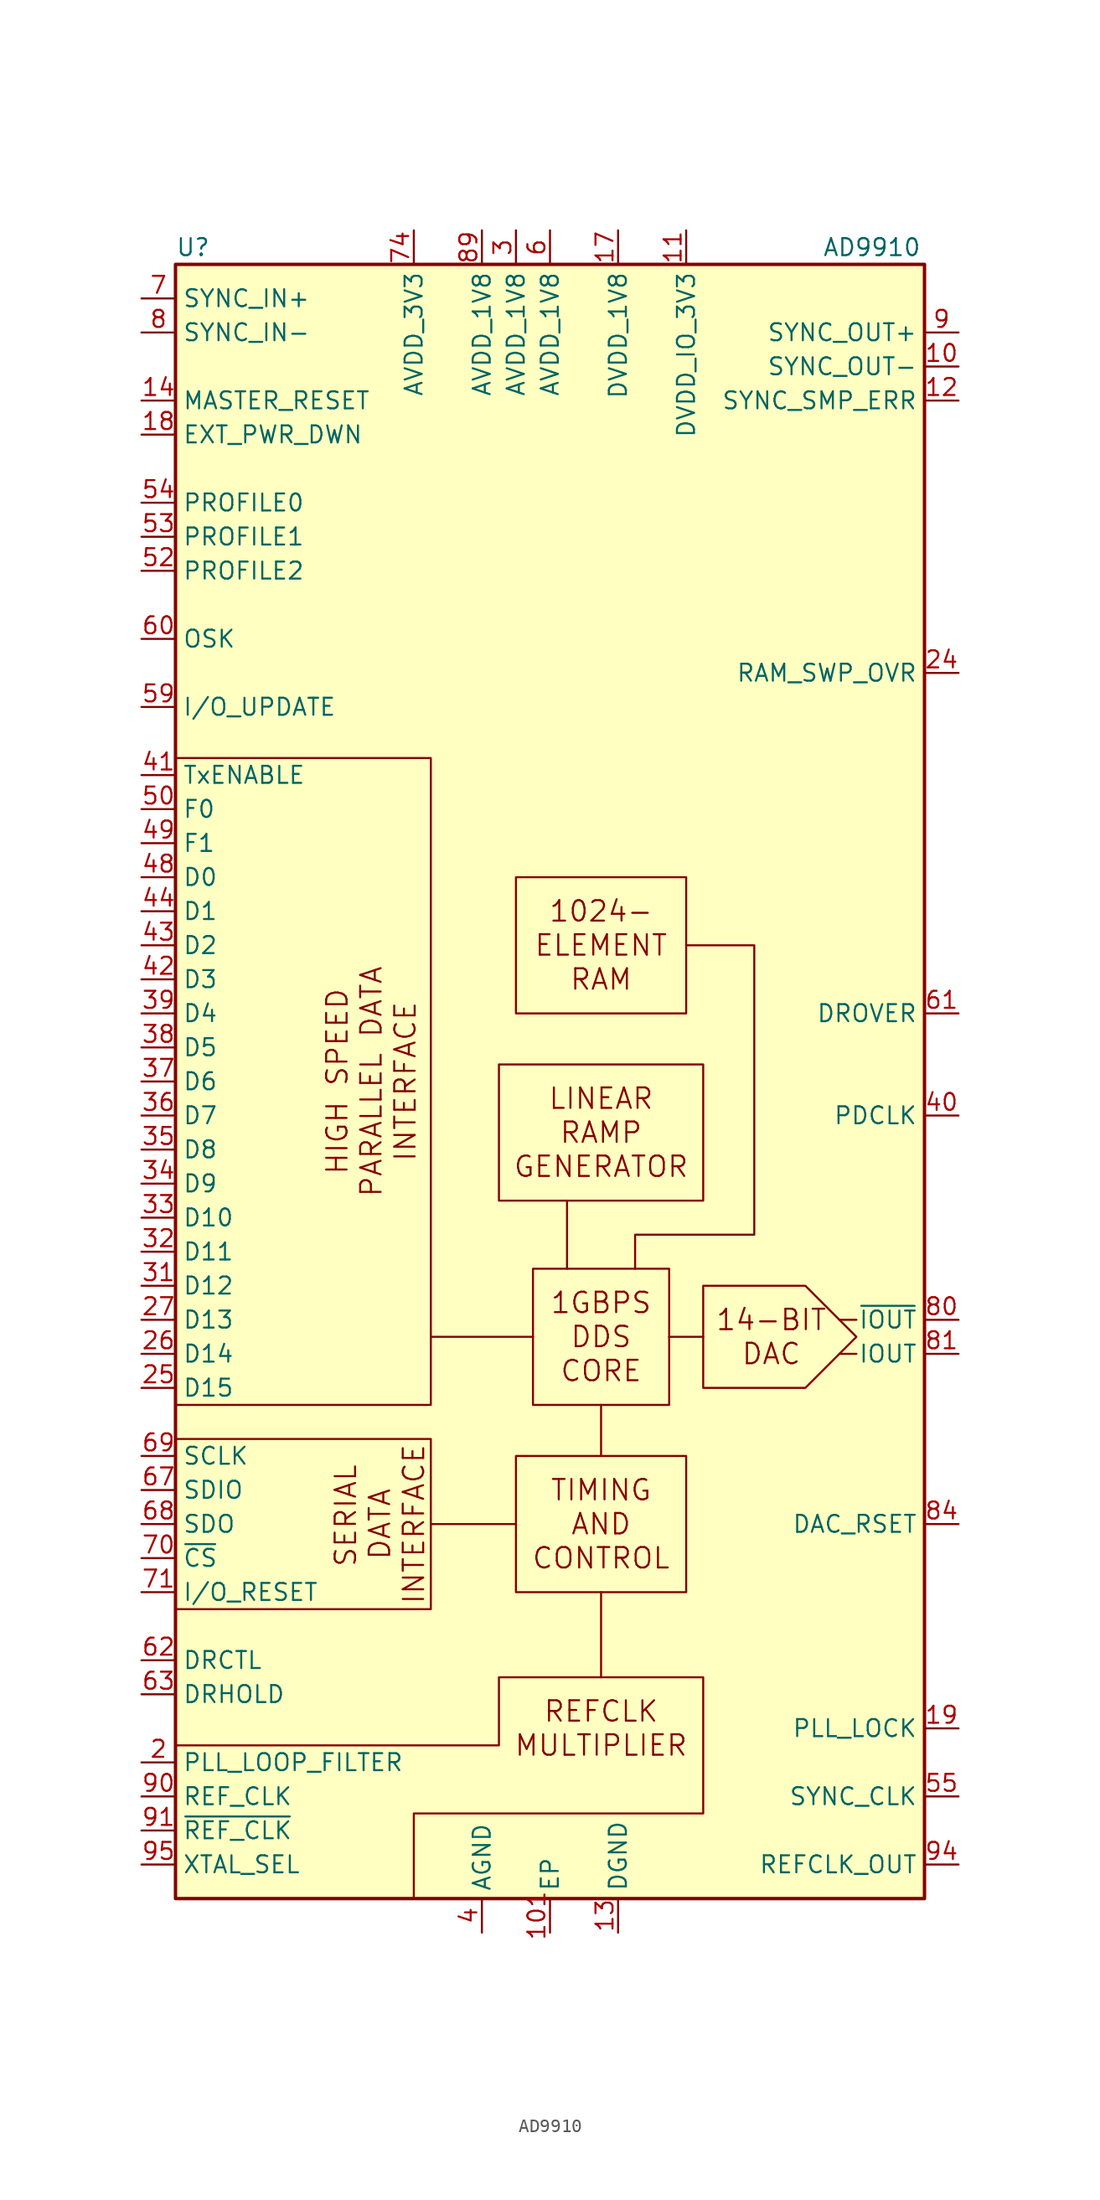
<source format=kicad_sym>
(kicad_symbol_lib
  (version 20241209)
  (generator "kicad_symbol_editor")
  (generator_version "9.0")
  (symbol "AD9910"
    (property "Reference" "U"
      (at -27.94 62.23 0)
      (effects (font (size 1.27 1.27)) (justify left)))
    (property "Value" "AD9910"
      (at 20.32 62.23 0)
      (effects (font (size 1.27 1.27)) (justify left)))
    (symbol "AD9910_0_0"
      (polyline (pts (xy -27.94 24.13) (xy -8.89 24.13) (xy -8.89 -24.13) (xy -27.94 -24.13)) (stroke (width 0) (type default)) (fill (type none)))
      (polyline (pts (xy -27.94 -26.67) (xy -8.89 -26.67) (xy -8.89 -39.37) (xy -27.94 -39.37)) (stroke (width 0) (type default)) (fill (type none)))
      (polyline (pts (xy -10.16 -60.96) (xy -10.16 -54.61) (xy 11.43 -54.61) (xy 11.43 -44.45) (xy -3.81 -44.45) (xy -3.81 -49.53) (xy -27.94 -49.53)) (stroke (width 0) (type default)) (fill (type none)))
      (rectangle (start -2.54 15.24) (end 10.16 5.08) (stroke (width 0) (type default)) (fill (type none)))
      (rectangle (start -2.54 -27.94) (end 10.16 -38.1) (stroke (width 0) (type default)) (fill (type none)))
      (polyline (pts (xy -2.54 -33.02) (xy -8.89 -33.02)) (stroke (width 0) (type default)) (fill (type none)))
      (polyline (pts (xy -1.27 -19.05) (xy -8.89 -19.05)) (stroke (width 0) (type default)) (fill (type none)))
      (polyline (pts (xy 1.27 -13.97) (xy 1.27 -8.89)) (stroke (width 0) (type default)) (fill (type none)))
      (polyline (pts (xy 3.81 -24.13) (xy 3.81 -27.94)) (stroke (width 0) (type default)) (fill (type none)))
      (polyline (pts (xy 3.81 -38.1) (xy 3.81 -44.45)) (stroke (width 0) (type default)) (fill (type none)))
      (rectangle (start 8.89 -13.97) (end -1.27 -24.13) (stroke (width 0) (type default)) (fill (type none)))
      (polyline (pts (xy 10.16 10.16) (xy 15.24 10.16) (xy 15.24 -11.43) (xy 6.35 -11.43) (xy 6.35 -13.97)) (stroke (width 0) (type default)) (fill (type none)))
      (rectangle (start 11.43 -8.89) (end -3.81 1.27) (stroke (width 0) (type default)) (fill (type none)))
      (polyline (pts (xy 11.43 -19.05) (xy 8.89 -19.05)) (stroke (width 0) (type default)) (fill (type none)))
      (polyline (pts (xy 21.59 -20.32) (xy 22.86 -20.32)) (stroke (width 0) (type default)) (fill (type none)))
      (polyline (pts (xy 22.86 -17.78) (xy 21.59 -17.78)) (stroke (width 0) (type default)) (fill (type none)))
      (polyline (pts (xy 22.86 -19.05) (xy 19.05 -15.24) (xy 11.43 -15.24) (xy 11.43 -22.86) (xy 19.05 -22.86) (xy 22.86 -19.05)) (stroke (width 0) (type default)) (fill (type none)))
      (text "HIGH SPEED" (at -15.875 0 900) (effects (font (size 1.524 1.524))))
      (text "SERIAL" (at -15.24 -32.385 900) (effects (font (size 1.524 1.524))))
      (text "PARALLEL DATA" (at -13.335 0 900) (effects (font (size 1.524 1.524))))
      (text "DATA" (at -12.7 -33.02 900) (effects (font (size 1.524 1.524))))
      (text "INTERFACE" (at -10.795 0 900) (effects (font (size 1.524 1.524))))
      (text "INTERFACE" (at -10.16 -33.02 900) (effects (font (size 1.524 1.524))))
      (text "1024-" (at 3.81 12.7 0) (effects (font (size 1.524 1.524))))
      (text "ELEMENT" (at 3.81 10.16 0) (effects (font (size 1.524 1.524))))
      (text "RAM" (at 3.81 7.62 0) (effects (font (size 1.524 1.524))))
      (text "LINEAR" (at 3.81 -1.27 0) (effects (font (size 1.524 1.524))))
      (text "RAMP" (at 3.81 -3.81 0) (effects (font (size 1.524 1.524))))
      (text "GENERATOR" (at 3.81 -6.35 0) (effects (font (size 1.524 1.524))))
      (text "1GBPS" (at 3.81 -16.51 0) (effects (font (size 1.524 1.524))))
      (text "DDS" (at 3.81 -19.05 0) (effects (font (size 1.524 1.524))))
      (text "CORE" (at 3.81 -21.59 0) (effects (font (size 1.524 1.524))))
      (text "TIMING" (at 3.81 -30.48 0) (effects (font (size 1.524 1.524))))
      (text "AND" (at 3.81 -33.02 0) (effects (font (size 1.524 1.524))))
      (text "CONTROL" (at 3.81 -35.56 0) (effects (font (size 1.524 1.524))))
      (text "REFCLK" (at 3.81 -46.99 0) (effects (font (size 1.524 1.524))))
      (text "MULTIPLIER" (at 3.81 -49.53 0) (effects (font (size 1.524 1.524))))
      (text "DAC" (at 16.51 -20.32 0) (effects (font (size 1.524 1.524)))))
    (symbol "AD9910_0_1"
      (rectangle (start -27.94 60.96) (end 27.94 -60.96) (stroke (width 0.254) (type default)) (fill (type background))))
    (symbol "AD9910_1_0"
      (text "14-BIT" (at 16.51 -17.78 0) (effects (font (size 1.524 1.524)))))
    (symbol "AD9910_1_1"
      (pin input line (at -30.48 58.42 0) (length 2.54) (name "SYNC_IN+" (effects (font (size 1.27 1.27)))) (number "7" (effects (font (size 1.27 1.27)))))
      (pin input line (at -30.48 55.88 0) (length 2.54) (name "SYNC_IN-" (effects (font (size 1.27 1.27)))) (number "8" (effects (font (size 1.27 1.27)))))
      (pin input line (at -30.48 50.8 0) (length 2.54) (name "MASTER_RESET" (effects (font (size 1.27 1.27)))) (number "14" (effects (font (size 1.27 1.27)))))
      (pin input line (at -30.48 48.26 0) (length 2.54) (name "EXT_PWR_DWN" (effects (font (size 1.27 1.27)))) (number "18" (effects (font (size 1.27 1.27)))))
      (pin input line (at -30.48 43.18 0) (length 2.54) (name "PROFILE0" (effects (font (size 1.27 1.27)))) (number "54" (effects (font (size 1.27 1.27)))))
      (pin input line (at -30.48 40.64 0) (length 2.54) (name "PROFILE1" (effects (font (size 1.27 1.27)))) (number "53" (effects (font (size 1.27 1.27)))))
      (pin input line (at -30.48 38.1 0) (length 2.54) (name "PROFILE2" (effects (font (size 1.27 1.27)))) (number "52" (effects (font (size 1.27 1.27)))))
      (pin input line (at -30.48 33.02 0) (length 2.54) (name "OSK" (effects (font (size 1.27 1.27)))) (number "60" (effects (font (size 1.27 1.27)))))
      (pin bidirectional line (at -30.48 27.94 0) (length 2.54) (name "I/O_UPDATE" (effects (font (size 1.27 1.27)))) (number "59" (effects (font (size 1.27 1.27)))))
      (pin input line (at -30.48 22.86 0) (length 2.54) (name "TxENABLE" (effects (font (size 1.27 1.27)))) (number "41" (effects (font (size 1.27 1.27)))))
      (pin input line (at -30.48 20.32 0) (length 2.54) (name "F0" (effects (font (size 1.27 1.27)))) (number "50" (effects (font (size 1.27 1.27)))))
      (pin input line (at -30.48 17.78 0) (length 2.54) (name "F1" (effects (font (size 1.27 1.27)))) (number "49" (effects (font (size 1.27 1.27)))))
      (pin input line (at -30.48 15.24 0) (length 2.54) (name "D0" (effects (font (size 1.27 1.27)))) (number "48" (effects (font (size 1.27 1.27)))))
      (pin input line (at -30.48 12.7 0) (length 2.54) (name "D1" (effects (font (size 1.27 1.27)))) (number "44" (effects (font (size 1.27 1.27)))))
      (pin input line (at -30.48 10.16 0) (length 2.54) (name "D2" (effects (font (size 1.27 1.27)))) (number "43" (effects (font (size 1.27 1.27)))))
      (pin input line (at -30.48 7.62 0) (length 2.54) (name "D3" (effects (font (size 1.27 1.27)))) (number "42" (effects (font (size 1.27 1.27)))))
      (pin input line (at -30.48 5.08 0) (length 2.54) (name "D4" (effects (font (size 1.27 1.27)))) (number "39" (effects (font (size 1.27 1.27)))))
      (pin input line (at -30.48 2.54 0) (length 2.54) (name "D5" (effects (font (size 1.27 1.27)))) (number "38" (effects (font (size 1.27 1.27)))))
      (pin input line (at -30.48 0 0) (length 2.54) (name "D6" (effects (font (size 1.27 1.27)))) (number "37" (effects (font (size 1.27 1.27)))))
      (pin input line (at -30.48 -2.54 0) (length 2.54) (name "D7" (effects (font (size 1.27 1.27)))) (number "36" (effects (font (size 1.27 1.27)))))
      (pin input line (at -30.48 -5.08 0) (length 2.54) (name "D8" (effects (font (size 1.27 1.27)))) (number "35" (effects (font (size 1.27 1.27)))))
      (pin input line (at -30.48 -7.62 0) (length 2.54) (name "D9" (effects (font (size 1.27 1.27)))) (number "34" (effects (font (size 1.27 1.27)))))
      (pin input line (at -30.48 -10.16 0) (length 2.54) (name "D10" (effects (font (size 1.27 1.27)))) (number "33" (effects (font (size 1.27 1.27)))))
      (pin input line (at -30.48 -12.7 0) (length 2.54) (name "D11" (effects (font (size 1.27 1.27)))) (number "32" (effects (font (size 1.27 1.27)))))
      (pin input line (at -30.48 -15.24 0) (length 2.54) (name "D12" (effects (font (size 1.27 1.27)))) (number "31" (effects (font (size 1.27 1.27)))))
      (pin input line (at -30.48 -17.78 0) (length 2.54) (name "D13" (effects (font (size 1.27 1.27)))) (number "27" (effects (font (size 1.27 1.27)))))
      (pin input line (at -30.48 -20.32 0) (length 2.54) (name "D14" (effects (font (size 1.27 1.27)))) (number "26" (effects (font (size 1.27 1.27)))))
      (pin input line (at -30.48 -22.86 0) (length 2.54) (name "D15" (effects (font (size 1.27 1.27)))) (number "25" (effects (font (size 1.27 1.27)))))
      (pin input line (at -30.48 -27.94 0) (length 2.54) (name "SCLK" (effects (font (size 1.27 1.27)))) (number "69" (effects (font (size 1.27 1.27)))))
      (pin bidirectional line (at -30.48 -30.48 0) (length 2.54) (name "SDIO" (effects (font (size 1.27 1.27)))) (number "67" (effects (font (size 1.27 1.27)))))
      (pin output line (at -30.48 -33.02 0) (length 2.54) (name "SDO" (effects (font (size 1.27 1.27)))) (number "68" (effects (font (size 1.27 1.27)))))
      (pin input line (at -30.48 -35.56 0) (length 2.54) (name "~{CS}" (effects (font (size 1.27 1.27)))) (number "70" (effects (font (size 1.27 1.27)))))
      (pin input line (at -30.48 -38.1 0) (length 2.54) (name "I/O_RESET" (effects (font (size 1.27 1.27)))) (number "71" (effects (font (size 1.27 1.27)))))
      (pin input line (at -30.48 -43.18 0) (length 2.54) (name "DRCTL" (effects (font (size 1.27 1.27)))) (number "62" (effects (font (size 1.27 1.27)))))
      (pin input line (at -30.48 -45.72 0) (length 2.54) (name "DRHOLD" (effects (font (size 1.27 1.27)))) (number "63" (effects (font (size 1.27 1.27)))))
      (pin input line (at -30.48 -50.8 0) (length 2.54) (name "PLL_LOOP_FILTER" (effects (font (size 1.27 1.27)))) (number "2" (effects (font (size 1.27 1.27)))))
      (pin input line (at -30.48 -53.34 0) (length 2.54) (name "REF_CLK" (effects (font (size 1.27 1.27)))) (number "90" (effects (font (size 1.27 1.27)))))
      (pin input line (at -30.48 -55.88 0) (length 2.54) (name "~{REF_CLK}" (effects (font (size 1.27 1.27)))) (number "91" (effects (font (size 1.27 1.27)))))
      (pin input line (at -30.48 -58.42 0) (length 2.54) (name "XTAL_SEL" (effects (font (size 1.27 1.27)))) (number "95" (effects (font (size 1.27 1.27)))))
      (pin power_in line (at -10.16 63.5 270) (length 2.54) (name "AVDD_3V3" (effects (font (size 1.27 1.27)))) (number "74" (effects (font (size 1.27 1.27)))))
      (pin passive line (at -10.16 63.5 270) (length 2.54) (hide yes) (name "AVDD_3V3" (effects (font (size 1.27 1.27)))) (number "75" (effects (font (size 1.27 1.27)))))
      (pin passive line (at -10.16 63.5 270) (length 2.54) (hide yes) (name "AVDD_3V3" (effects (font (size 1.27 1.27)))) (number "76" (effects (font (size 1.27 1.27)))))
      (pin passive line (at -10.16 63.5 270) (length 2.54) (hide yes) (name "AVDD_3V3" (effects (font (size 1.27 1.27)))) (number "77" (effects (font (size 1.27 1.27)))))
      (pin passive line (at -10.16 63.5 270) (length 2.54) (hide yes) (name "AVDD_3V3" (effects (font (size 1.27 1.27)))) (number "83" (effects (font (size 1.27 1.27)))))
      (pin power_in line (at -5.08 63.5 270) (length 2.54) (name "AVDD_1V8" (effects (font (size 1.27 1.27)))) (number "89" (effects (font (size 1.27 1.27)))))
      (pin passive line (at -5.08 63.5 270) (length 2.54) (hide yes) (name "AVDD_1V8" (effects (font (size 1.27 1.27)))) (number "92" (effects (font (size 1.27 1.27)))))
      (pin power_in line (at -5.08 -63.5 90) (length 2.54) (name "AGND" (effects (font (size 1.27 1.27)))) (number "4" (effects (font (size 1.27 1.27)))))
      (pin passive line (at -5.08 -63.5 90) (length 2.54) (hide yes) (name "AGND" (effects (font (size 1.27 1.27)))) (number "5" (effects (font (size 1.27 1.27)))))
      (pin passive line (at -5.08 -63.5 90) (length 2.54) (hide yes) (name "AGND" (effects (font (size 1.27 1.27)))) (number "73" (effects (font (size 1.27 1.27)))))
      (pin passive line (at -5.08 -63.5 90) (length 2.54) (hide yes) (name "AGND" (effects (font (size 1.27 1.27)))) (number "78" (effects (font (size 1.27 1.27)))))
      (pin passive line (at -5.08 -63.5 90) (length 2.54) (hide yes) (name "AGND" (effects (font (size 1.27 1.27)))) (number "79" (effects (font (size 1.27 1.27)))))
      (pin passive line (at -5.08 -63.5 90) (length 2.54) (hide yes) (name "AGND" (effects (font (size 1.27 1.27)))) (number "82" (effects (font (size 1.27 1.27)))))
      (pin passive line (at -5.08 -63.5 90) (length 2.54) (hide yes) (name "AGND" (effects (font (size 1.27 1.27)))) (number "85" (effects (font (size 1.27 1.27)))))
      (pin passive line (at -5.08 -63.5 90) (length 2.54) (hide yes) (name "AGND" (effects (font (size 1.27 1.27)))) (number "88" (effects (font (size 1.27 1.27)))))
      (pin passive line (at -5.08 -63.5 90) (length 2.54) (hide yes) (name "AGND" (effects (font (size 1.27 1.27)))) (number "96" (effects (font (size 1.27 1.27)))))
      (pin power_in line (at -2.54 63.5 270) (length 2.54) (name "AVDD_1V8" (effects (font (size 1.27 1.27)))) (number "3" (effects (font (size 1.27 1.27)))))
      (pin power_in line (at 0 63.5 270) (length 2.54) (name "AVDD_1V8" (effects (font (size 1.27 1.27)))) (number "6" (effects (font (size 1.27 1.27)))))
      (pin power_in line (at 0 -63.5 90) (length 2.54) (name "EP" (effects (font (size 1.27 1.27)))) (number "101" (effects (font (size 1.27 1.27)))))
      (pin power_in line (at 5.08 63.5 270) (length 2.54) (name "DVDD_1V8" (effects (font (size 1.27 1.27)))) (number "17" (effects (font (size 1.27 1.27)))))
      (pin passive line (at 5.08 63.5 270) (length 2.54) (hide yes) (name "DVDD_1V8" (effects (font (size 1.27 1.27)))) (number "23" (effects (font (size 1.27 1.27)))))
      (pin passive line (at 5.08 63.5 270) (length 2.54) (hide yes) (name "DVDD_1V8" (effects (font (size 1.27 1.27)))) (number "30" (effects (font (size 1.27 1.27)))))
      (pin passive line (at 5.08 63.5 270) (length 2.54) (hide yes) (name "DVDD_1V8" (effects (font (size 1.27 1.27)))) (number "47" (effects (font (size 1.27 1.27)))))
      (pin passive line (at 5.08 63.5 270) (length 2.54) (hide yes) (name "DVDD_1V8" (effects (font (size 1.27 1.27)))) (number "57" (effects (font (size 1.27 1.27)))))
      (pin passive line (at 5.08 63.5 270) (length 2.54) (hide yes) (name "DVDD_1V8" (effects (font (size 1.27 1.27)))) (number "64" (effects (font (size 1.27 1.27)))))
      (pin power_in line (at 5.08 -63.5 90) (length 2.54) (name "DGND" (effects (font (size 1.27 1.27)))) (number "13" (effects (font (size 1.27 1.27)))))
      (pin passive line (at 5.08 -63.5 90) (length 2.54) (hide yes) (name "DGND" (effects (font (size 1.27 1.27)))) (number "16" (effects (font (size 1.27 1.27)))))
      (pin passive line (at 5.08 -63.5 90) (length 2.54) (hide yes) (name "DGND" (effects (font (size 1.27 1.27)))) (number "22" (effects (font (size 1.27 1.27)))))
      (pin passive line (at 5.08 -63.5 90) (length 2.54) (hide yes) (name "DGND" (effects (font (size 1.27 1.27)))) (number "29" (effects (font (size 1.27 1.27)))))
      (pin passive line (at 5.08 -63.5 90) (length 2.54) (hide yes) (name "DGND" (effects (font (size 1.27 1.27)))) (number "46" (effects (font (size 1.27 1.27)))))
      (pin passive line (at 5.08 -63.5 90) (length 2.54) (hide yes) (name "DGND" (effects (font (size 1.27 1.27)))) (number "51" (effects (font (size 1.27 1.27)))))
      (pin passive line (at 5.08 -63.5 90) (length 2.54) (hide yes) (name "DGND" (effects (font (size 1.27 1.27)))) (number "58" (effects (font (size 1.27 1.27)))))
      (pin passive line (at 5.08 -63.5 90) (length 2.54) (hide yes) (name "DGND" (effects (font (size 1.27 1.27)))) (number "65" (effects (font (size 1.27 1.27)))))
      (pin power_in line (at 10.16 63.5 270) (length 2.54) (name "DVDD_IO_3V3" (effects (font (size 1.27 1.27)))) (number "11" (effects (font (size 1.27 1.27)))))
      (pin passive line (at 10.16 63.5 270) (length 2.54) (hide yes) (name "DVDD_IO_3V3" (effects (font (size 1.27 1.27)))) (number "15" (effects (font (size 1.27 1.27)))))
      (pin passive line (at 10.16 63.5 270) (length 2.54) (hide yes) (name "DVDD_IO_3V3" (effects (font (size 1.27 1.27)))) (number "21" (effects (font (size 1.27 1.27)))))
      (pin passive line (at 10.16 63.5 270) (length 2.54) (hide yes) (name "DVDD_IO_3V3" (effects (font (size 1.27 1.27)))) (number "28" (effects (font (size 1.27 1.27)))))
      (pin passive line (at 10.16 63.5 270) (length 2.54) (hide yes) (name "DVDD_IO_3V3" (effects (font (size 1.27 1.27)))) (number "45" (effects (font (size 1.27 1.27)))))
      (pin passive line (at 10.16 63.5 270) (length 2.54) (hide yes) (name "DVDD_IO_3V3" (effects (font (size 1.27 1.27)))) (number "56" (effects (font (size 1.27 1.27)))))
      (pin passive line (at 10.16 63.5 270) (length 2.54) (hide yes) (name "DVDD_IO_3V3" (effects (font (size 1.27 1.27)))) (number "66" (effects (font (size 1.27 1.27)))))
      (pin no_connect line (at 27.94 48.26 180) (length 2.54) (hide yes) (name "NC" (effects (font (size 1.27 1.27)))) (number "1" (effects (font (size 1.27 1.27)))))
      (pin no_connect line (at 27.94 45.72 180) (length 2.54) (hide yes) (name "NC" (effects (font (size 1.27 1.27)))) (number "20" (effects (font (size 1.27 1.27)))))
      (pin no_connect line (at 27.94 43.18 180) (length 2.54) (hide yes) (name "NC" (effects (font (size 1.27 1.27)))) (number "72" (effects (font (size 1.27 1.27)))))
      (pin no_connect line (at 27.94 40.64 180) (length 2.54) (hide yes) (name "NC" (effects (font (size 1.27 1.27)))) (number "86" (effects (font (size 1.27 1.27)))))
      (pin no_connect line (at 27.94 38.1 180) (length 2.54) (hide yes) (name "NC" (effects (font (size 1.27 1.27)))) (number "87" (effects (font (size 1.27 1.27)))))
      (pin no_connect line (at 27.94 35.56 180) (length 2.54) (hide yes) (name "NC" (effects (font (size 1.27 1.27)))) (number "93" (effects (font (size 1.27 1.27)))))
      (pin no_connect line (at 27.94 33.02 180) (length 2.54) (hide yes) (name "NC" (effects (font (size 1.27 1.27)))) (number "97" (effects (font (size 1.27 1.27)))))
      (pin no_connect line (at 27.94 27.94 180) (length 2.54) (hide yes) (name "NC" (effects (font (size 1.27 1.27)))) (number "98" (effects (font (size 1.27 1.27)))))
      (pin no_connect line (at 27.94 25.4 180) (length 2.54) (hide yes) (name "NC" (effects (font (size 1.27 1.27)))) (number "99" (effects (font (size 1.27 1.27)))))
      (pin no_connect line (at 27.94 22.86 180) (length 2.54) (hide yes) (name "NC" (effects (font (size 1.27 1.27)))) (number "100" (effects (font (size 1.27 1.27)))))
      (pin output line (at 30.48 55.88 180) (length 2.54) (name "SYNC_OUT+" (effects (font (size 1.27 1.27)))) (number "9" (effects (font (size 1.27 1.27)))))
      (pin output line (at 30.48 53.34 180) (length 2.54) (name "SYNC_OUT-" (effects (font (size 1.27 1.27)))) (number "10" (effects (font (size 1.27 1.27)))))
      (pin output line (at 30.48 50.8 180) (length 2.54) (name "SYNC_SMP_ERR" (effects (font (size 1.27 1.27)))) (number "12" (effects (font (size 1.27 1.27)))))
      (pin output line (at 30.48 30.48 180) (length 2.54) (name "RAM_SWP_OVR" (effects (font (size 1.27 1.27)))) (number "24" (effects (font (size 1.27 1.27)))))
      (pin output line (at 30.48 5.08 180) (length 2.54) (name "DROVER" (effects (font (size 1.27 1.27)))) (number "61" (effects (font (size 1.27 1.27)))))
      (pin output line (at 30.48 -2.54 180) (length 2.54) (name "PDCLK" (effects (font (size 1.27 1.27)))) (number "40" (effects (font (size 1.27 1.27)))))
      (pin output line (at 30.48 -17.78 180) (length 2.54) (name "~{IOUT}" (effects (font (size 1.27 1.27)))) (number "80" (effects (font (size 1.27 1.27)))))
      (pin output line (at 30.48 -20.32 180) (length 2.54) (name "IOUT" (effects (font (size 1.27 1.27)))) (number "81" (effects (font (size 1.27 1.27)))))
      (pin output line (at 30.48 -33.02 180) (length 2.54) (name "DAC_RSET" (effects (font (size 1.27 1.27)))) (number "84" (effects (font (size 1.27 1.27)))))
      (pin output line (at 30.48 -48.26 180) (length 2.54) (name "PLL_LOCK" (effects (font (size 1.27 1.27)))) (number "19" (effects (font (size 1.27 1.27)))))
      (pin output line (at 30.48 -53.34 180) (length 2.54) (name "SYNC_CLK" (effects (font (size 1.27 1.27)))) (number "55" (effects (font (size 1.27 1.27)))))
      (pin output line (at 30.48 -58.42 180) (length 2.54) (name "REFCLK_OUT" (effects (font (size 1.27 1.27)))) (number "94" (effects (font (size 1.27 1.27))))))))
</source>
